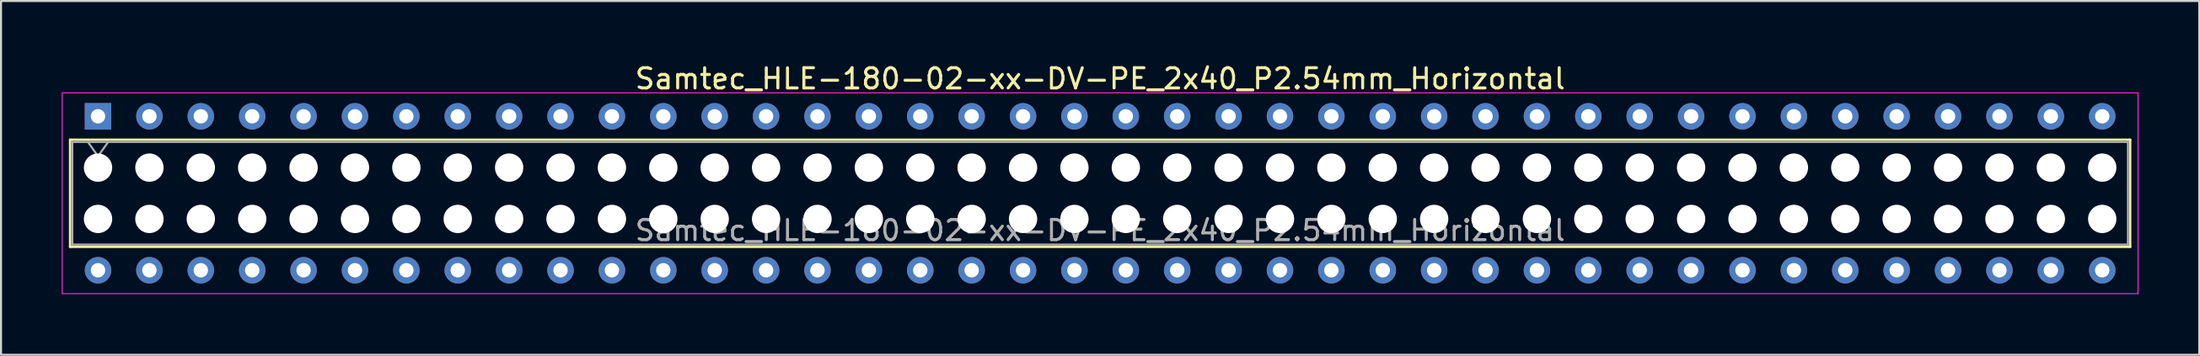
<source format=kicad_pcb>
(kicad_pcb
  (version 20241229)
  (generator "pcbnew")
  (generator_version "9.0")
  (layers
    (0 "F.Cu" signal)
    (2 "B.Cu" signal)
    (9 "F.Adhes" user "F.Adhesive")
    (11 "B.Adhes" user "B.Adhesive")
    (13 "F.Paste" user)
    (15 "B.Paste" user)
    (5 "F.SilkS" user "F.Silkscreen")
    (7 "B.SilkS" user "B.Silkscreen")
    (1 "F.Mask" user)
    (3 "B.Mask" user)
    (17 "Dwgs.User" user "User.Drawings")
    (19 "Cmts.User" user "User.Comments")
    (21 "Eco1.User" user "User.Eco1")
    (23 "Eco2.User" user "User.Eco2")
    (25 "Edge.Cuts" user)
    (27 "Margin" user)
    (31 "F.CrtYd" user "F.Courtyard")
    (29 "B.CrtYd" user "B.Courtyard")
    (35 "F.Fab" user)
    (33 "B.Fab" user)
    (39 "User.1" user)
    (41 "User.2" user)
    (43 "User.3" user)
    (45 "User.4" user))
  (footprint "Samtec_HLE-180-02-xx-DV-PE_2x40_P2.54mm_Horizontal"
    (layer "F.Cu")
    (at 1.795 2.708)
    (property "Reference" "Samtec_HLE-180-02-xx-DV-PE_2x40_P2.54mm_Horizontal" (at 49.53 -1.86 0) (layer "F.SilkS") (effects (font (size 1 1) (thickness 0.15))))
    (attr through_hole)
    (fp_line (start -1.38 1.16) (end 100.44 1.16) (stroke (width 0.12) (type solid)) (layer "F.SilkS"))
    (fp_line (start -1.38 6.46) (end -1.38 1.16) (stroke (width 0.12) (type solid)) (layer "F.SilkS"))
    (fp_line (start 100.44 1.16) (end 100.44 6.46) (stroke (width 0.12) (type solid)) (layer "F.SilkS"))
    (fp_line (start 100.44 6.46) (end -1.38 6.46) (stroke (width 0.12) (type solid)) (layer "F.SilkS"))
    (fp_line (start -1.77 -1.16) (end 100.83 -1.16) (stroke (width 0.05) (type solid)) (layer "F.CrtYd"))
    (fp_line (start -1.77 8.78) (end -1.77 -1.16) (stroke (width 0.05) (type solid)) (layer "F.CrtYd"))
    (fp_line (start 100.83 -1.16) (end 100.83 8.78) (stroke (width 0.05) (type solid)) (layer "F.CrtYd"))
    (fp_line (start 100.83 8.78) (end -1.77 8.78) (stroke (width 0.05) (type solid)) (layer "F.CrtYd"))
    (fp_line (start -1.27 1.27) (end 100.33 1.27) (stroke (width 0.1) (type solid)) (layer "F.Fab"))
    (fp_line (start -1.27 6.35) (end -1.27 1.27) (stroke (width 0.1) (type solid)) (layer "F.Fab"))
    (fp_line (start -0.5 1.27) (end 0 1.977) (stroke (width 0.1) (type solid)) (layer "F.Fab"))
    (fp_line (start 0 1.977) (end 0.5 1.27) (stroke (width 0.1) (type solid)) (layer "F.Fab"))
    (fp_line (start 100.33 1.27) (end 100.33 6.35) (stroke (width 0.1) (type solid)) (layer "F.Fab"))
    (fp_line (start 100.33 6.35) (end -1.27 6.35) (stroke (width 0.1) (type solid)) (layer "F.Fab"))
    (fp_text user "${REFERENCE}" (at 49.53 5.65 0) (layer "F.Fab") (effects (font (size 1 1) (thickness 0.15))))
    (pad "" np_thru_hole circle (at 0 2.54) (size 1.4 1.4) (drill 1.4) (layers "*.Cu" "*.Mask"))
    (pad "" np_thru_hole circle (at 0 5.08) (size 1.4 1.4) (drill 1.4) (layers "*.Cu" "*.Mask"))
    (pad "" np_thru_hole circle (at 2.54 2.54) (size 1.4 1.4) (drill 1.4) (layers "*.Cu" "*.Mask"))
    (pad "" np_thru_hole circle (at 2.54 5.08) (size 1.4 1.4) (drill 1.4) (layers "*.Cu" "*.Mask"))
    (pad "" np_thru_hole circle (at 5.08 2.54) (size 1.4 1.4) (drill 1.4) (layers "*.Cu" "*.Mask"))
    (pad "" np_thru_hole circle (at 5.08 5.08) (size 1.4 1.4) (drill 1.4) (layers "*.Cu" "*.Mask"))
    (pad "" np_thru_hole circle (at 7.62 2.54) (size 1.4 1.4) (drill 1.4) (layers "*.Cu" "*.Mask"))
    (pad "" np_thru_hole circle (at 7.62 5.08) (size 1.4 1.4) (drill 1.4) (layers "*.Cu" "*.Mask"))
    (pad "" np_thru_hole circle (at 10.16 2.54) (size 1.4 1.4) (drill 1.4) (layers "*.Cu" "*.Mask"))
    (pad "" np_thru_hole circle (at 10.16 5.08) (size 1.4 1.4) (drill 1.4) (layers "*.Cu" "*.Mask"))
    (pad "" np_thru_hole circle (at 12.7 2.54) (size 1.4 1.4) (drill 1.4) (layers "*.Cu" "*.Mask"))
    (pad "" np_thru_hole circle (at 12.7 5.08) (size 1.4 1.4) (drill 1.4) (layers "*.Cu" "*.Mask"))
    (pad "" np_thru_hole circle (at 15.24 2.54) (size 1.4 1.4) (drill 1.4) (layers "*.Cu" "*.Mask"))
    (pad "" np_thru_hole circle (at 15.24 5.08) (size 1.4 1.4) (drill 1.4) (layers "*.Cu" "*.Mask"))
    (pad "" np_thru_hole circle (at 17.78 2.54) (size 1.4 1.4) (drill 1.4) (layers "*.Cu" "*.Mask"))
    (pad "" np_thru_hole circle (at 17.78 5.08) (size 1.4 1.4) (drill 1.4) (layers "*.Cu" "*.Mask"))
    (pad "" np_thru_hole circle (at 20.32 2.54) (size 1.4 1.4) (drill 1.4) (layers "*.Cu" "*.Mask"))
    (pad "" np_thru_hole circle (at 20.32 5.08) (size 1.4 1.4) (drill 1.4) (layers "*.Cu" "*.Mask"))
    (pad "" np_thru_hole circle (at 22.86 2.54) (size 1.4 1.4) (drill 1.4) (layers "*.Cu" "*.Mask"))
    (pad "" np_thru_hole circle (at 22.86 5.08) (size 1.4 1.4) (drill 1.4) (layers "*.Cu" "*.Mask"))
    (pad "" np_thru_hole circle (at 25.4 2.54) (size 1.4 1.4) (drill 1.4) (layers "*.Cu" "*.Mask"))
    (pad "" np_thru_hole circle (at 25.4 5.08) (size 1.4 1.4) (drill 1.4) (layers "*.Cu" "*.Mask"))
    (pad "" np_thru_hole circle (at 27.94 2.54) (size 1.4 1.4) (drill 1.4) (layers "*.Cu" "*.Mask"))
    (pad "" np_thru_hole circle (at 27.94 5.08) (size 1.4 1.4) (drill 1.4) (layers "*.Cu" "*.Mask"))
    (pad "" np_thru_hole circle (at 30.48 2.54) (size 1.4 1.4) (drill 1.4) (layers "*.Cu" "*.Mask"))
    (pad "" np_thru_hole circle (at 30.48 5.08) (size 1.4 1.4) (drill 1.4) (layers "*.Cu" "*.Mask"))
    (pad "" np_thru_hole circle (at 33.02 2.54) (size 1.4 1.4) (drill 1.4) (layers "*.Cu" "*.Mask"))
    (pad "" np_thru_hole circle (at 33.02 5.08) (size 1.4 1.4) (drill 1.4) (layers "*.Cu" "*.Mask"))
    (pad "" np_thru_hole circle (at 35.56 2.54) (size 1.4 1.4) (drill 1.4) (layers "*.Cu" "*.Mask"))
    (pad "" np_thru_hole circle (at 35.56 5.08) (size 1.4 1.4) (drill 1.4) (layers "*.Cu" "*.Mask"))
    (pad "" np_thru_hole circle (at 38.1 2.54) (size 1.4 1.4) (drill 1.4) (layers "*.Cu" "*.Mask"))
    (pad "" np_thru_hole circle (at 38.1 5.08) (size 1.4 1.4) (drill 1.4) (layers "*.Cu" "*.Mask"))
    (pad "" np_thru_hole circle (at 40.64 2.54) (size 1.4 1.4) (drill 1.4) (layers "*.Cu" "*.Mask"))
    (pad "" np_thru_hole circle (at 40.64 5.08) (size 1.4 1.4) (drill 1.4) (layers "*.Cu" "*.Mask"))
    (pad "" np_thru_hole circle (at 43.18 2.54) (size 1.4 1.4) (drill 1.4) (layers "*.Cu" "*.Mask"))
    (pad "" np_thru_hole circle (at 43.18 5.08) (size 1.4 1.4) (drill 1.4) (layers "*.Cu" "*.Mask"))
    (pad "" np_thru_hole circle (at 45.72 2.54) (size 1.4 1.4) (drill 1.4) (layers "*.Cu" "*.Mask"))
    (pad "" np_thru_hole circle (at 45.72 5.08) (size 1.4 1.4) (drill 1.4) (layers "*.Cu" "*.Mask"))
    (pad "" np_thru_hole circle (at 48.26 2.54) (size 1.4 1.4) (drill 1.4) (layers "*.Cu" "*.Mask"))
    (pad "" np_thru_hole circle (at 48.26 5.08) (size 1.4 1.4) (drill 1.4) (layers "*.Cu" "*.Mask"))
    (pad "" np_thru_hole circle (at 50.8 2.54) (size 1.4 1.4) (drill 1.4) (layers "*.Cu" "*.Mask"))
    (pad "" np_thru_hole circle (at 50.8 5.08) (size 1.4 1.4) (drill 1.4) (layers "*.Cu" "*.Mask"))
    (pad "" np_thru_hole circle (at 53.34 2.54) (size 1.4 1.4) (drill 1.4) (layers "*.Cu" "*.Mask"))
    (pad "" np_thru_hole circle (at 53.34 5.08) (size 1.4 1.4) (drill 1.4) (layers "*.Cu" "*.Mask"))
    (pad "" np_thru_hole circle (at 55.88 2.54) (size 1.4 1.4) (drill 1.4) (layers "*.Cu" "*.Mask"))
    (pad "" np_thru_hole circle (at 55.88 5.08) (size 1.4 1.4) (drill 1.4) (layers "*.Cu" "*.Mask"))
    (pad "" np_thru_hole circle (at 58.42 2.54) (size 1.4 1.4) (drill 1.4) (layers "*.Cu" "*.Mask"))
    (pad "" np_thru_hole circle (at 58.42 5.08) (size 1.4 1.4) (drill 1.4) (layers "*.Cu" "*.Mask"))
    (pad "" np_thru_hole circle (at 60.96 2.54) (size 1.4 1.4) (drill 1.4) (layers "*.Cu" "*.Mask"))
    (pad "" np_thru_hole circle (at 60.96 5.08) (size 1.4 1.4) (drill 1.4) (layers "*.Cu" "*.Mask"))
    (pad "" np_thru_hole circle (at 63.5 2.54) (size 1.4 1.4) (drill 1.4) (layers "*.Cu" "*.Mask"))
    (pad "" np_thru_hole circle (at 63.5 5.08) (size 1.4 1.4) (drill 1.4) (layers "*.Cu" "*.Mask"))
    (pad "" np_thru_hole circle (at 66.04 2.54) (size 1.4 1.4) (drill 1.4) (layers "*.Cu" "*.Mask"))
    (pad "" np_thru_hole circle (at 66.04 5.08) (size 1.4 1.4) (drill 1.4) (layers "*.Cu" "*.Mask"))
    (pad "" np_thru_hole circle (at 68.58 2.54) (size 1.4 1.4) (drill 1.4) (layers "*.Cu" "*.Mask"))
    (pad "" np_thru_hole circle (at 68.58 5.08) (size 1.4 1.4) (drill 1.4) (layers "*.Cu" "*.Mask"))
    (pad "" np_thru_hole circle (at 71.12 2.54) (size 1.4 1.4) (drill 1.4) (layers "*.Cu" "*.Mask"))
    (pad "" np_thru_hole circle (at 71.12 5.08) (size 1.4 1.4) (drill 1.4) (layers "*.Cu" "*.Mask"))
    (pad "" np_thru_hole circle (at 73.66 2.54) (size 1.4 1.4) (drill 1.4) (layers "*.Cu" "*.Mask"))
    (pad "" np_thru_hole circle (at 73.66 5.08) (size 1.4 1.4) (drill 1.4) (layers "*.Cu" "*.Mask"))
    (pad "" np_thru_hole circle (at 76.2 2.54) (size 1.4 1.4) (drill 1.4) (layers "*.Cu" "*.Mask"))
    (pad "" np_thru_hole circle (at 76.2 5.08) (size 1.4 1.4) (drill 1.4) (layers "*.Cu" "*.Mask"))
    (pad "" np_thru_hole circle (at 78.74 2.54) (size 1.4 1.4) (drill 1.4) (layers "*.Cu" "*.Mask"))
    (pad "" np_thru_hole circle (at 78.74 5.08) (size 1.4 1.4) (drill 1.4) (layers "*.Cu" "*.Mask"))
    (pad "" np_thru_hole circle (at 81.28 2.54) (size 1.4 1.4) (drill 1.4) (layers "*.Cu" "*.Mask"))
    (pad "" np_thru_hole circle (at 81.28 5.08) (size 1.4 1.4) (drill 1.4) (layers "*.Cu" "*.Mask"))
    (pad "" np_thru_hole circle (at 83.82 2.54) (size 1.4 1.4) (drill 1.4) (layers "*.Cu" "*.Mask"))
    (pad "" np_thru_hole circle (at 83.82 5.08) (size 1.4 1.4) (drill 1.4) (layers "*.Cu" "*.Mask"))
    (pad "" np_thru_hole circle (at 86.36 2.54) (size 1.4 1.4) (drill 1.4) (layers "*.Cu" "*.Mask"))
    (pad "" np_thru_hole circle (at 86.36 5.08) (size 1.4 1.4) (drill 1.4) (layers "*.Cu" "*.Mask"))
    (pad "" np_thru_hole circle (at 88.9 2.54) (size 1.4 1.4) (drill 1.4) (layers "*.Cu" "*.Mask"))
    (pad "" np_thru_hole circle (at 88.9 5.08) (size 1.4 1.4) (drill 1.4) (layers "*.Cu" "*.Mask"))
    (pad "" np_thru_hole circle (at 91.44 2.54) (size 1.4 1.4) (drill 1.4) (layers "*.Cu" "*.Mask"))
    (pad "" np_thru_hole circle (at 91.44 5.08) (size 1.4 1.4) (drill 1.4) (layers "*.Cu" "*.Mask"))
    (pad "" np_thru_hole circle (at 93.98 2.54) (size 1.4 1.4) (drill 1.4) (layers "*.Cu" "*.Mask"))
    (pad "" np_thru_hole circle (at 93.98 5.08) (size 1.4 1.4) (drill 1.4) (layers "*.Cu" "*.Mask"))
    (pad "" np_thru_hole circle (at 96.52 2.54) (size 1.4 1.4) (drill 1.4) (layers "*.Cu" "*.Mask"))
    (pad "" np_thru_hole circle (at 96.52 5.08) (size 1.4 1.4) (drill 1.4) (layers "*.Cu" "*.Mask"))
    (pad "" np_thru_hole circle (at 99.06 2.54) (size 1.4 1.4) (drill 1.4) (layers "*.Cu" "*.Mask"))
    (pad "" np_thru_hole circle (at 99.06 5.08) (size 1.4 1.4) (drill 1.4) (layers "*.Cu" "*.Mask"))
    (pad "1" thru_hole rect (at 0 0) (size 1.31 1.31) (drill 0.71) (layers "*.Cu" "*.Mask"))
    (pad "2" thru_hole circle (at 0 7.62) (size 1.31 1.31) (drill 0.71) (layers "*.Cu" "*.Mask"))
    (pad "3" thru_hole circle (at 2.54 0) (size 1.31 1.31) (drill 0.71) (layers "*.Cu" "*.Mask"))
    (pad "4" thru_hole circle (at 2.54 7.62) (size 1.31 1.31) (drill 0.71) (layers "*.Cu" "*.Mask"))
    (pad "5" thru_hole circle (at 5.08 0) (size 1.31 1.31) (drill 0.71) (layers "*.Cu" "*.Mask"))
    (pad "6" thru_hole circle (at 5.08 7.62) (size 1.31 1.31) (drill 0.71) (layers "*.Cu" "*.Mask"))
    (pad "7" thru_hole circle (at 7.62 0) (size 1.31 1.31) (drill 0.71) (layers "*.Cu" "*.Mask"))
    (pad "8" thru_hole circle (at 7.62 7.62) (size 1.31 1.31) (drill 0.71) (layers "*.Cu" "*.Mask"))
    (pad "9" thru_hole circle (at 10.16 0) (size 1.31 1.31) (drill 0.71) (layers "*.Cu" "*.Mask"))
    (pad "10" thru_hole circle (at 10.16 7.62) (size 1.31 1.31) (drill 0.71) (layers "*.Cu" "*.Mask"))
    (pad "11" thru_hole circle (at 12.7 0) (size 1.31 1.31) (drill 0.71) (layers "*.Cu" "*.Mask"))
    (pad "12" thru_hole circle (at 12.7 7.62) (size 1.31 1.31) (drill 0.71) (layers "*.Cu" "*.Mask"))
    (pad "13" thru_hole circle (at 15.24 0) (size 1.31 1.31) (drill 0.71) (layers "*.Cu" "*.Mask"))
    (pad "14" thru_hole circle (at 15.24 7.62) (size 1.31 1.31) (drill 0.71) (layers "*.Cu" "*.Mask"))
    (pad "15" thru_hole circle (at 17.78 0) (size 1.31 1.31) (drill 0.71) (layers "*.Cu" "*.Mask"))
    (pad "16" thru_hole circle (at 17.78 7.62) (size 1.31 1.31) (drill 0.71) (layers "*.Cu" "*.Mask"))
    (pad "17" thru_hole circle (at 20.32 0) (size 1.31 1.31) (drill 0.71) (layers "*.Cu" "*.Mask"))
    (pad "18" thru_hole circle (at 20.32 7.62) (size 1.31 1.31) (drill 0.71) (layers "*.Cu" "*.Mask"))
    (pad "19" thru_hole circle (at 22.86 0) (size 1.31 1.31) (drill 0.71) (layers "*.Cu" "*.Mask"))
    (pad "20" thru_hole circle (at 22.86 7.62) (size 1.31 1.31) (drill 0.71) (layers "*.Cu" "*.Mask"))
    (pad "21" thru_hole circle (at 25.4 0) (size 1.31 1.31) (drill 0.71) (layers "*.Cu" "*.Mask"))
    (pad "22" thru_hole circle (at 25.4 7.62) (size 1.31 1.31) (drill 0.71) (layers "*.Cu" "*.Mask"))
    (pad "23" thru_hole circle (at 27.94 0) (size 1.31 1.31) (drill 0.71) (layers "*.Cu" "*.Mask"))
    (pad "24" thru_hole circle (at 27.94 7.62) (size 1.31 1.31) (drill 0.71) (layers "*.Cu" "*.Mask"))
    (pad "25" thru_hole circle (at 30.48 0) (size 1.31 1.31) (drill 0.71) (layers "*.Cu" "*.Mask"))
    (pad "26" thru_hole circle (at 30.48 7.62) (size 1.31 1.31) (drill 0.71) (layers "*.Cu" "*.Mask"))
    (pad "27" thru_hole circle (at 33.02 0) (size 1.31 1.31) (drill 0.71) (layers "*.Cu" "*.Mask"))
    (pad "28" thru_hole circle (at 33.02 7.62) (size 1.31 1.31) (drill 0.71) (layers "*.Cu" "*.Mask"))
    (pad "29" thru_hole circle (at 35.56 0) (size 1.31 1.31) (drill 0.71) (layers "*.Cu" "*.Mask"))
    (pad "30" thru_hole circle (at 35.56 7.62) (size 1.31 1.31) (drill 0.71) (layers "*.Cu" "*.Mask"))
    (pad "31" thru_hole circle (at 38.1 0) (size 1.31 1.31) (drill 0.71) (layers "*.Cu" "*.Mask"))
    (pad "32" thru_hole circle (at 38.1 7.62) (size 1.31 1.31) (drill 0.71) (layers "*.Cu" "*.Mask"))
    (pad "33" thru_hole circle (at 40.64 0) (size 1.31 1.31) (drill 0.71) (layers "*.Cu" "*.Mask"))
    (pad "34" thru_hole circle (at 40.64 7.62) (size 1.31 1.31) (drill 0.71) (layers "*.Cu" "*.Mask"))
    (pad "35" thru_hole circle (at 43.18 0) (size 1.31 1.31) (drill 0.71) (layers "*.Cu" "*.Mask"))
    (pad "36" thru_hole circle (at 43.18 7.62) (size 1.31 1.31) (drill 0.71) (layers "*.Cu" "*.Mask"))
    (pad "37" thru_hole circle (at 45.72 0) (size 1.31 1.31) (drill 0.71) (layers "*.Cu" "*.Mask"))
    (pad "38" thru_hole circle (at 45.72 7.62) (size 1.31 1.31) (drill 0.71) (layers "*.Cu" "*.Mask"))
    (pad "39" thru_hole circle (at 48.26 0) (size 1.31 1.31) (drill 0.71) (layers "*.Cu" "*.Mask"))
    (pad "40" thru_hole circle (at 48.26 7.62) (size 1.31 1.31) (drill 0.71) (layers "*.Cu" "*.Mask"))
    (pad "41" thru_hole circle (at 50.8 0) (size 1.31 1.31) (drill 0.71) (layers "*.Cu" "*.Mask"))
    (pad "42" thru_hole circle (at 50.8 7.62) (size 1.31 1.31) (drill 0.71) (layers "*.Cu" "*.Mask"))
    (pad "43" thru_hole circle (at 53.34 0) (size 1.31 1.31) (drill 0.71) (layers "*.Cu" "*.Mask"))
    (pad "44" thru_hole circle (at 53.34 7.62) (size 1.31 1.31) (drill 0.71) (layers "*.Cu" "*.Mask"))
    (pad "45" thru_hole circle (at 55.88 0) (size 1.31 1.31) (drill 0.71) (layers "*.Cu" "*.Mask"))
    (pad "46" thru_hole circle (at 55.88 7.62) (size 1.31 1.31) (drill 0.71) (layers "*.Cu" "*.Mask"))
    (pad "47" thru_hole circle (at 58.42 0) (size 1.31 1.31) (drill 0.71) (layers "*.Cu" "*.Mask"))
    (pad "48" thru_hole circle (at 58.42 7.62) (size 1.31 1.31) (drill 0.71) (layers "*.Cu" "*.Mask"))
    (pad "49" thru_hole circle (at 60.96 0) (size 1.31 1.31) (drill 0.71) (layers "*.Cu" "*.Mask"))
    (pad "50" thru_hole circle (at 60.96 7.62) (size 1.31 1.31) (drill 0.71) (layers "*.Cu" "*.Mask"))
    (pad "51" thru_hole circle (at 63.5 0) (size 1.31 1.31) (drill 0.71) (layers "*.Cu" "*.Mask"))
    (pad "52" thru_hole circle (at 63.5 7.62) (size 1.31 1.31) (drill 0.71) (layers "*.Cu" "*.Mask"))
    (pad "53" thru_hole circle (at 66.04 0) (size 1.31 1.31) (drill 0.71) (layers "*.Cu" "*.Mask"))
    (pad "54" thru_hole circle (at 66.04 7.62) (size 1.31 1.31) (drill 0.71) (layers "*.Cu" "*.Mask"))
    (pad "55" thru_hole circle (at 68.58 0) (size 1.31 1.31) (drill 0.71) (layers "*.Cu" "*.Mask"))
    (pad "56" thru_hole circle (at 68.58 7.62) (size 1.31 1.31) (drill 0.71) (layers "*.Cu" "*.Mask"))
    (pad "57" thru_hole circle (at 71.12 0) (size 1.31 1.31) (drill 0.71) (layers "*.Cu" "*.Mask"))
    (pad "58" thru_hole circle (at 71.12 7.62) (size 1.31 1.31) (drill 0.71) (layers "*.Cu" "*.Mask"))
    (pad "59" thru_hole circle (at 73.66 0) (size 1.31 1.31) (drill 0.71) (layers "*.Cu" "*.Mask"))
    (pad "60" thru_hole circle (at 73.66 7.62) (size 1.31 1.31) (drill 0.71) (layers "*.Cu" "*.Mask"))
    (pad "61" thru_hole circle (at 76.2 0) (size 1.31 1.31) (drill 0.71) (layers "*.Cu" "*.Mask"))
    (pad "62" thru_hole circle (at 76.2 7.62) (size 1.31 1.31) (drill 0.71) (layers "*.Cu" "*.Mask"))
    (pad "63" thru_hole circle (at 78.74 0) (size 1.31 1.31) (drill 0.71) (layers "*.Cu" "*.Mask"))
    (pad "64" thru_hole circle (at 78.74 7.62) (size 1.31 1.31) (drill 0.71) (layers "*.Cu" "*.Mask"))
    (pad "65" thru_hole circle (at 81.28 0) (size 1.31 1.31) (drill 0.71) (layers "*.Cu" "*.Mask"))
    (pad "66" thru_hole circle (at 81.28 7.62) (size 1.31 1.31) (drill 0.71) (layers "*.Cu" "*.Mask"))
    (pad "67" thru_hole circle (at 83.82 0) (size 1.31 1.31) (drill 0.71) (layers "*.Cu" "*.Mask"))
    (pad "68" thru_hole circle (at 83.82 7.62) (size 1.31 1.31) (drill 0.71) (layers "*.Cu" "*.Mask"))
    (pad "69" thru_hole circle (at 86.36 0) (size 1.31 1.31) (drill 0.71) (layers "*.Cu" "*.Mask"))
    (pad "70" thru_hole circle (at 86.36 7.62) (size 1.31 1.31) (drill 0.71) (layers "*.Cu" "*.Mask"))
    (pad "71" thru_hole circle (at 88.9 0) (size 1.31 1.31) (drill 0.71) (layers "*.Cu" "*.Mask"))
    (pad "72" thru_hole circle (at 88.9 7.62) (size 1.31 1.31) (drill 0.71) (layers "*.Cu" "*.Mask"))
    (pad "73" thru_hole circle (at 91.44 0) (size 1.31 1.31) (drill 0.71) (layers "*.Cu" "*.Mask"))
    (pad "74" thru_hole circle (at 91.44 7.62) (size 1.31 1.31) (drill 0.71) (layers "*.Cu" "*.Mask"))
    (pad "75" thru_hole circle (at 93.98 0) (size 1.31 1.31) (drill 0.71) (layers "*.Cu" "*.Mask"))
    (pad "76" thru_hole circle (at 93.98 7.62) (size 1.31 1.31) (drill 0.71) (layers "*.Cu" "*.Mask"))
    (pad "77" thru_hole circle (at 96.52 0) (size 1.31 1.31) (drill 0.71) (layers "*.Cu" "*.Mask"))
    (pad "78" thru_hole circle (at 96.52 7.62) (size 1.31 1.31) (drill 0.71) (layers "*.Cu" "*.Mask"))
    (pad "79" thru_hole circle (at 99.06 0) (size 1.31 1.31) (drill 0.71) (layers "*.Cu" "*.Mask"))
    (pad "80" thru_hole circle (at 99.06 7.62) (size 1.31 1.31) (drill 0.71) (layers "*.Cu" "*.Mask")))
  (gr_rect
    (start -3 -3)
    (end 105.65 14.513)
    (stroke (width 0.1) (type default))
    (fill no)
    (layer "Edge.Cuts")))
</source>
